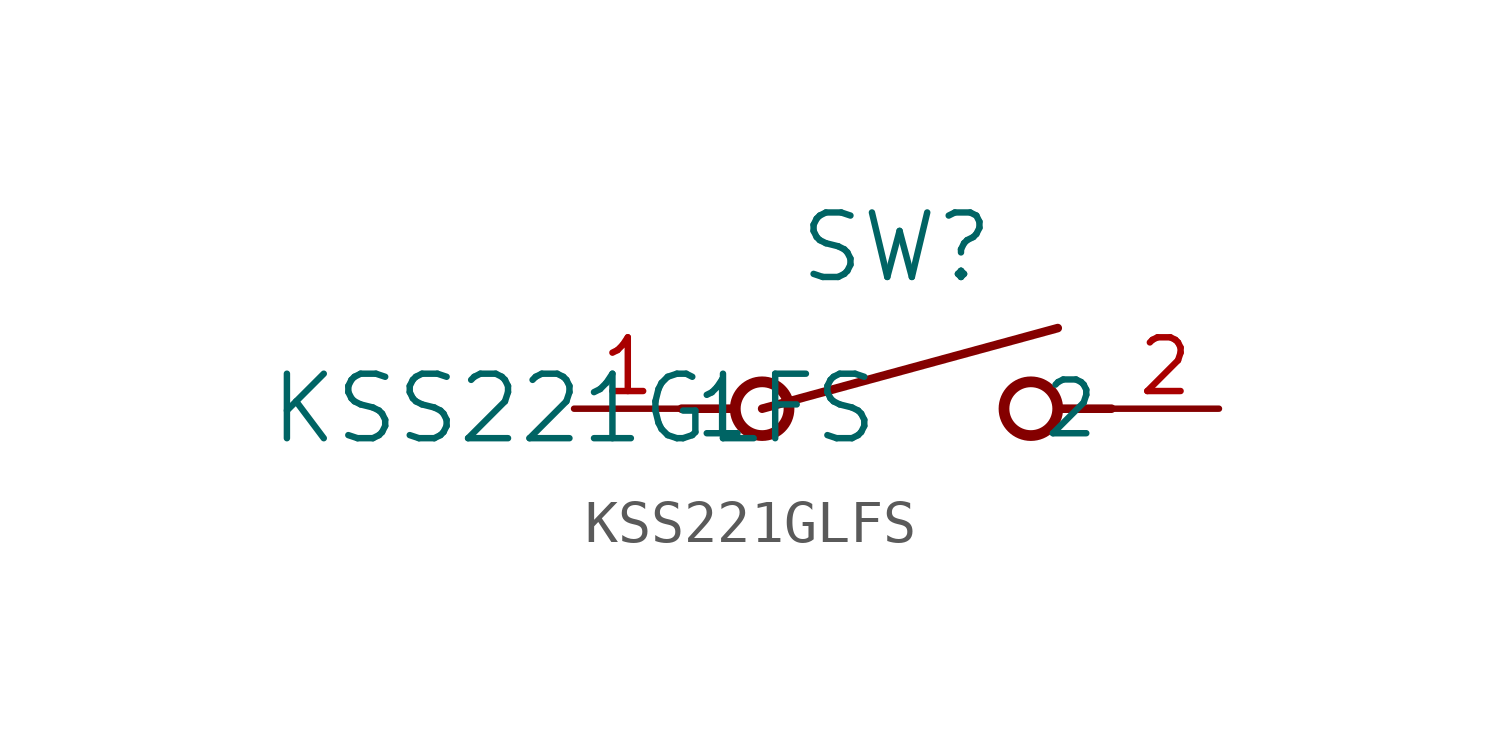
<source format=kicad_sym>
(kicad_symbol_lib
  (version 20211014)
  (generator kicad_symbol_editor)
  (symbol "KSS221GLFS"
    (pin_names
      (offset 0.254))
    (property "Reference" "SW"
      (at 7.62 3.81 0)
      (effects (font (size 1.524 1.524))))
    (property "Value" "KSS221GLFS"
      (at 0 0 0)
      (effects (font (size 1.524 1.524))))
    (symbol "KSS221GLFS_0_1"
      (polyline (pts (xy 2.54 0) (xy 3.81 0)) (stroke (width 0.203) (type default) (color 0 0 0 0)) (fill (type none)))
      (circle (center 10.795 0) (radius 0.635) (stroke (width 0.254) (type default) (color 0 0 0 0)) (fill (type none)))
      (circle (center 4.445 0) (radius 0.635) (stroke (width 0.254) (type default) (color 0 0 0 0)) (fill (type none)))
      (polyline (pts (xy 12.7 0) (xy 11.43 0)) (stroke (width 0.203) (type default) (color 0 0 0 0)) (fill (type none)))
      (polyline (pts (xy 4.445 0) (xy 11.43 1.905)) (stroke (width 0.203) (type default) (color 0 0 0 0)) (fill (type none)))
      (pin unspecified line (at 0 0 0) (length 2.54) (name "1" (effects (font (size 1.27 1.27)))) (number "1" (effects (font (size 1.27 1.27)))))
      (pin unspecified line (at 15.24 0 180) (length 2.54) (name "2" (effects (font (size 1.27 1.27)))) (number "2" (effects (font (size 1.27 1.27))))))))
</source>
